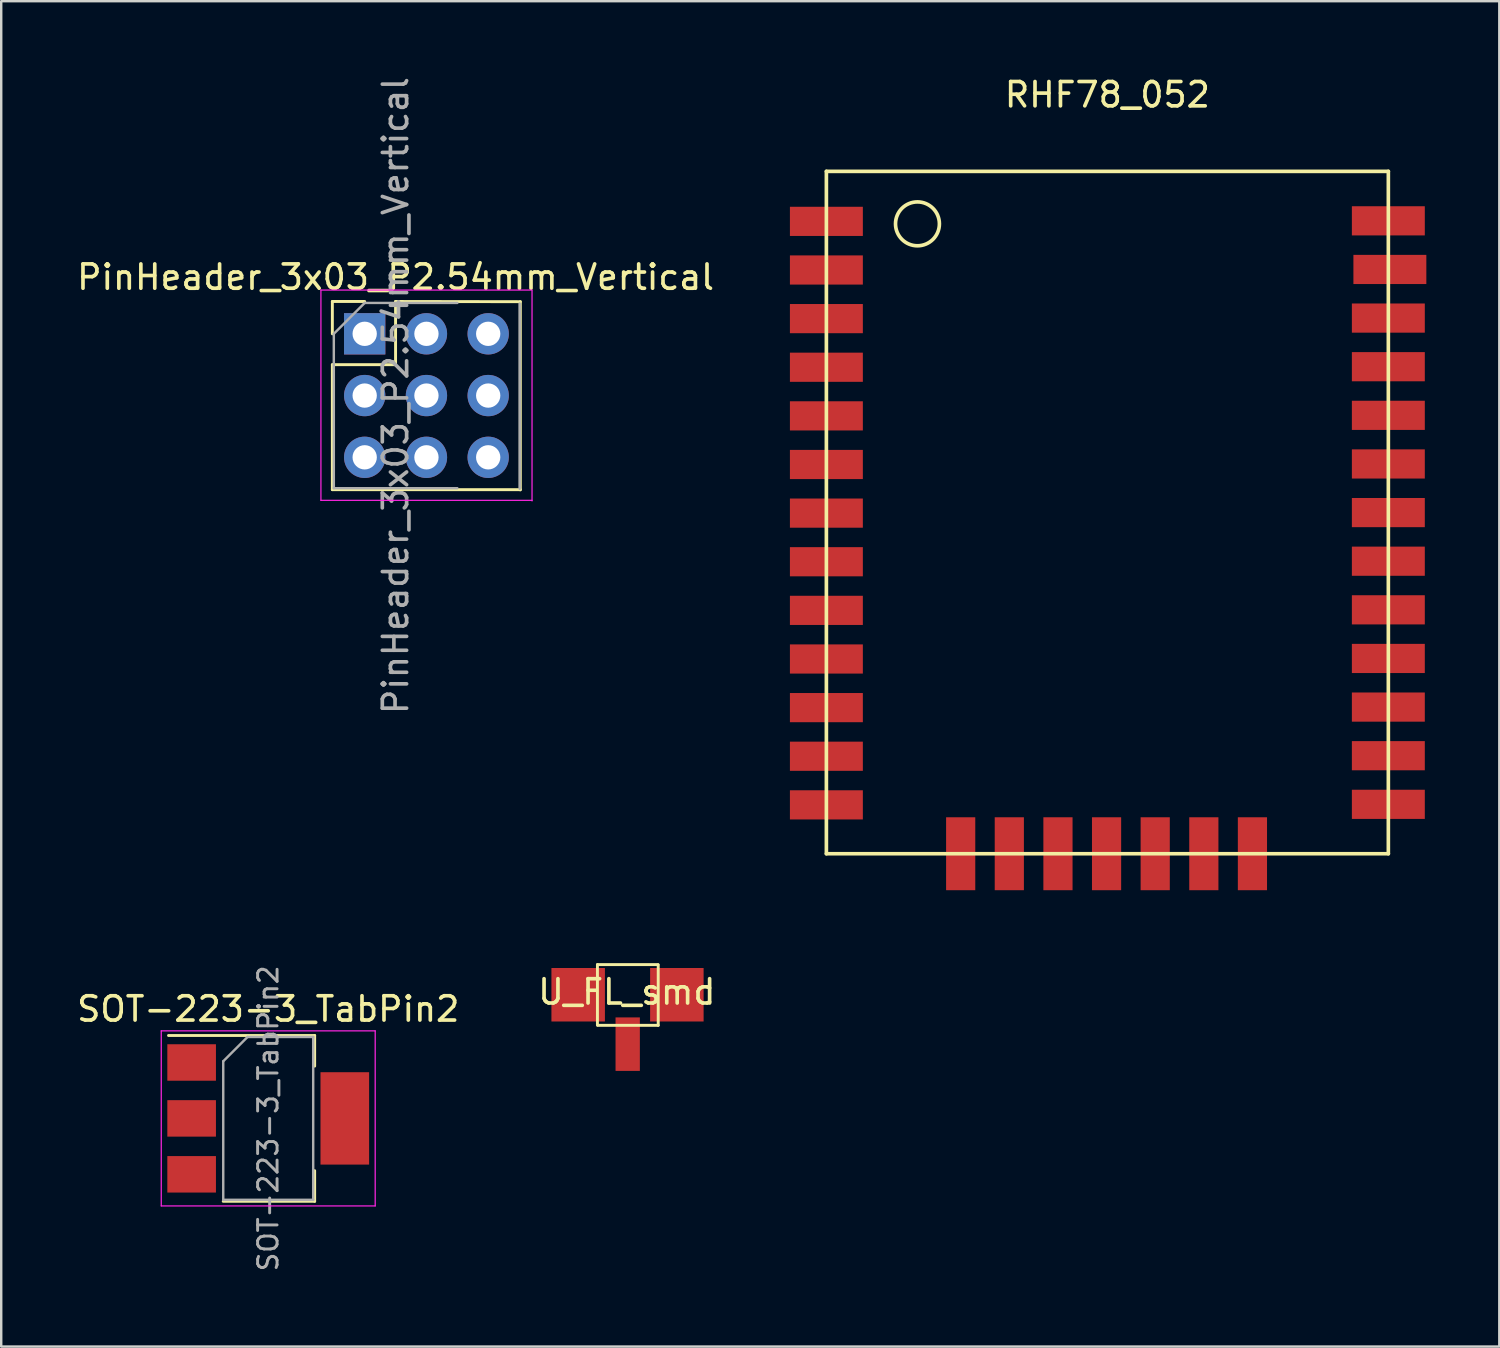
<source format=kicad_pcb>
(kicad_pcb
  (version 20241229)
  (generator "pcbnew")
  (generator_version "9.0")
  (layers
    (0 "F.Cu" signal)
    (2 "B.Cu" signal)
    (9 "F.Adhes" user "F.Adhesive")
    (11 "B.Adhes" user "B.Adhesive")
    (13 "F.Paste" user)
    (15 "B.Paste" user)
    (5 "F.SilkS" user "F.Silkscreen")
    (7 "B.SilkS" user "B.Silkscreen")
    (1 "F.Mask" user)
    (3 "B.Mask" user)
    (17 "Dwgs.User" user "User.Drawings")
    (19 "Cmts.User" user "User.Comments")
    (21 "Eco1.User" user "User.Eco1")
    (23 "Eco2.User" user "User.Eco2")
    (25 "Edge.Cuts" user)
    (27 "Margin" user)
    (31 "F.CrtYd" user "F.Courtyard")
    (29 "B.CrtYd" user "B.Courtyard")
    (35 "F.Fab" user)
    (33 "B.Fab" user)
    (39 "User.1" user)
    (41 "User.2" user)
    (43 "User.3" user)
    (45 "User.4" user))
  (footprint "SOT-223-3_TabPin2"
    (layer "F.Cu")
    (at 7.982 42.951)
    (property "Reference" "SOT-223-3_TabPin2" (at 0 -4.5 0) (layer "F.SilkS") (effects (font (size 1 1) (thickness 0.15))))
    (attr smd)
    (fp_line (start -4.1 -3.41) (end 1.91 -3.41) (stroke (width 0.12) (type solid)) (layer "F.SilkS"))
    (fp_line (start -1.85 3.41) (end 1.91 3.41) (stroke (width 0.12) (type solid)) (layer "F.SilkS"))
    (fp_line (start 1.91 -3.41) (end 1.91 -2.15) (stroke (width 0.12) (type solid)) (layer "F.SilkS"))
    (fp_line (start 1.91 3.41) (end 1.91 2.15) (stroke (width 0.12) (type solid)) (layer "F.SilkS"))
    (fp_line (start -4.4 -3.6) (end -4.4 3.6) (stroke (width 0.05) (type solid)) (layer "F.CrtYd"))
    (fp_line (start -4.4 3.6) (end 4.4 3.6) (stroke (width 0.05) (type solid)) (layer "F.CrtYd"))
    (fp_line (start 4.4 -3.6) (end -4.4 -3.6) (stroke (width 0.05) (type solid)) (layer "F.CrtYd"))
    (fp_line (start 4.4 3.6) (end 4.4 -3.6) (stroke (width 0.05) (type solid)) (layer "F.CrtYd"))
    (fp_line (start -1.85 -2.35) (end -1.85 3.35) (stroke (width 0.1) (type solid)) (layer "F.Fab"))
    (fp_line (start -1.85 -2.35) (end -0.85 -3.35) (stroke (width 0.1) (type solid)) (layer "F.Fab"))
    (fp_line (start -1.85 3.35) (end 1.85 3.35) (stroke (width 0.1) (type solid)) (layer "F.Fab"))
    (fp_line (start -0.85 -3.35) (end 1.85 -3.35) (stroke (width 0.1) (type solid)) (layer "F.Fab"))
    (fp_line (start 1.85 -3.35) (end 1.85 3.35) (stroke (width 0.1) (type solid)) (layer "F.Fab"))
    (fp_text user "${REFERENCE}" (at 0 0 90) (layer "F.Fab") (effects (font (size 0.8 0.8) (thickness 0.12))))
    (pad "1" smd rect (at -3.15 -2.3) (size 2 1.5) (layers "F.Cu" "F.Mask" "F.Paste"))
    (pad "2" smd rect (at -3.15 0) (size 2 1.5) (layers "F.Cu" "F.Mask" "F.Paste"))
    (pad "2" smd rect (at 3.15 0) (size 2 3.8) (layers "F.Cu" "F.Mask" "F.Paste"))
    (pad "3" smd rect (at -3.15 2.3) (size 2 1.5) (layers "F.Cu" "F.Mask" "F.Paste")))
  (footprint "PinHeader_3x03_P2.54mm_Vertical"
    (layer "F.Cu")
    (at 11.95 10.68)
    (property "Reference" "PinHeader_3x03_P2.54mm_Vertical" (at 1.27 -2.33 0) (layer "F.SilkS") (effects (font (size 1 1) (thickness 0.15))))
    (attr through_hole)
    (fp_line (start -1.33 -1.33) (end 0 -1.33) (stroke (width 0.12) (type solid)) (layer "F.SilkS"))
    (fp_line (start -1.33 0) (end -1.33 -1.33) (stroke (width 0.12) (type solid)) (layer "F.SilkS"))
    (fp_line (start -1.33 1.27) (end -1.33 6.41) (stroke (width 0.12) (type solid)) (layer "F.SilkS"))
    (fp_line (start -1.33 1.27) (end 1.27 1.27) (stroke (width 0.12) (type solid)) (layer "F.SilkS"))
    (fp_line (start -1.33 6.41) (end 6.401 6.41) (stroke (width 0.12) (type solid)) (layer "F.SilkS"))
    (fp_line (start 1.27 -1.33) (end 6.401 -1.321) (stroke (width 0.12) (type solid)) (layer "F.SilkS"))
    (fp_line (start 1.27 1.27) (end 1.27 -1.33) (stroke (width 0.12) (type solid)) (layer "F.SilkS"))
    (fp_line (start 6.401 -1.321) (end 6.401 6.419) (stroke (width 0.12) (type solid)) (layer "F.SilkS"))
    (fp_line (start -1.8 -1.8) (end -1.8 6.85) (stroke (width 0.05) (type solid)) (layer "F.CrtYd"))
    (fp_line (start -1.8 6.85) (end 6.883 6.85) (stroke (width 0.05) (type solid)) (layer "F.CrtYd"))
    (fp_line (start 6.883 -1.8) (end -1.8 -1.8) (stroke (width 0.05) (type solid)) (layer "F.CrtYd"))
    (fp_line (start 6.883 6.872) (end 6.883 -1.778) (stroke (width 0.05) (type solid)) (layer "F.CrtYd"))
    (fp_line (start -1.27 0) (end 0 -1.27) (stroke (width 0.1) (type solid)) (layer "F.Fab"))
    (fp_line (start -1.27 6.35) (end -1.27 0) (stroke (width 0.1) (type solid)) (layer "F.Fab"))
    (fp_line (start 0 -1.27) (end 3.81 -1.27) (stroke (width 0.1) (type solid)) (layer "F.Fab"))
    (fp_line (start 3.81 6.35) (end -1.27 6.35) (stroke (width 0.1) (type solid)) (layer "F.Fab"))
    (fp_line (start 6.375 -1.245) (end 6.375 6.375) (stroke (width 0.1) (type solid)) (layer "F.Fab"))
    (fp_text user "${REFERENCE}" (at 1.27 2.54 90) (layer "F.Fab") (effects (font (size 1 1) (thickness 0.15))))
    (pad "1" thru_hole rect (at 0 0) (size 1.7 1.7) (drill 1) (layers "*.Cu" "*.Mask"))
    (pad "2" thru_hole oval (at 0 2.54) (size 1.7 1.7) (drill 1) (layers "*.Cu" "*.Mask"))
    (pad "3" thru_hole oval (at 0 5.08) (size 1.7 1.7) (drill 1) (layers "*.Cu" "*.Mask"))
    (pad "4" thru_hole oval (at 2.54 0) (size 1.7 1.7) (drill 1) (layers "*.Cu" "*.Mask"))
    (pad "5" thru_hole oval (at 2.54 2.54) (size 1.7 1.7) (drill 1) (layers "*.Cu" "*.Mask"))
    (pad "6" thru_hole oval (at 2.54 5.08) (size 1.7 1.7) (drill 1) (layers "*.Cu" "*.Mask"))
    (pad "7" thru_hole oval (at 5.08 0) (size 1.7 1.7) (drill 1) (layers "*.Cu" "*.Mask"))
    (pad "8" thru_hole oval (at 5.08 2.54) (size 1.7 1.7) (drill 1) (layers "*.Cu" "*.Mask"))
    (pad "9" thru_hole oval (at 5.08 5.08) (size 1.7 1.7) (drill 1) (layers "*.Cu" "*.Mask")))
  (footprint "U_FL_smd"
    (layer "F.Cu")
    (at 22.768 37.895)
    (property "Reference" "U_FL_smd" (at -0.036 -0.145 0) (layer "F.SilkS") (effects (font (size 1 1) (thickness 0.15))))
    (attr through_hole)
    (fp_line (start -1.245 -1.27) (end 1.245 -1.27) (stroke (width 0.12) (type solid)) (layer "F.SilkS"))
    (fp_line (start -1.245 1.219) (end -1.245 -1.27) (stroke (width 0.12) (type solid)) (layer "F.SilkS"))
    (fp_line (start 1.255 1.229) (end -1.234 1.229) (stroke (width 0.12) (type solid)) (layer "F.SilkS"))
    (fp_line (start 1.255 1.229) (end 1.255 -1.26) (stroke (width 0.12) (type solid)) (layer "F.SilkS"))
    (pad "1" smd rect (at 0 2.002) (size 1 2.2) (layers "F.Cu" "F.Mask" "F.Paste"))
    (pad "2" smd rect (at -2.037 -0.03) (size 2.2 2.2) (layers "F.Cu" "F.Mask" "F.Paste"))
    (pad "3" smd rect (at 2.022 -0.03) (size 2.2 2.2) (layers "F.Cu" "F.Mask" "F.Paste")))
  (footprint "RHF78_052"
    (layer "F.Cu")
    (at 42.624 17.841)
    (property "Reference" "RHF78_052" (at -0.127 -16.993 0) (layer "F.SilkS") (effects (font (size 1 1) (thickness 0.15))))
    (attr through_hole)
    (fp_line (start -11.684 -13.843) (end -11.684 14.224) (stroke (width 0.15) (type solid)) (layer "F.SilkS"))
    (fp_line (start -11.684 -13.843) (end 11.43 -13.843) (stroke (width 0.15) (type solid)) (layer "F.SilkS"))
    (fp_line (start -11.684 14.224) (end 11.43 14.224) (stroke (width 0.15) (type solid)) (layer "F.SilkS"))
    (fp_line (start 11.43 -13.843) (end 11.43 14.224) (stroke (width 0.15) (type solid)) (layer "F.SilkS"))
    (fp_circle (center -7.938 -11.684) (end -7.239 -11.113) (stroke (width 0.15) (type solid)) (fill no) (layer "F.SilkS"))
    (pad "1" smd custom (at -11.684 -11.786) (size 3 1.2) (layers "F.Cu" "F.Mask" "F.Paste") (options (anchor rect)) (primitives))
    (pad "2" smd custom (at -11.684 -9.786) (size 3 1.2) (layers "F.Cu" "F.Mask" "F.Paste") (options (anchor rect)) (primitives))
    (pad "3" smd custom (at -11.684 -7.786) (size 3 1.2) (layers "F.Cu" "F.Mask" "F.Paste") (options (anchor rect)) (primitives))
    (pad "4" smd custom (at -11.684 -5.786) (size 3 1.2) (layers "F.Cu" "F.Mask" "F.Paste") (options (anchor rect)) (primitives))
    (pad "5" smd custom (at -11.684 -3.786) (size 3 1.2) (layers "F.Cu" "F.Mask" "F.Paste") (options (anchor rect)) (primitives))
    (pad "6" smd custom (at -11.684 -1.786) (size 3 1.2) (layers "F.Cu" "F.Mask" "F.Paste") (options (anchor rect)) (primitives))
    (pad "7" smd custom (at -11.684 0.214) (size 3 1.2) (layers "F.Cu" "F.Mask" "F.Paste") (options (anchor rect)) (primitives))
    (pad "8" smd custom (at -11.684 2.214) (size 3 1.2) (layers "F.Cu" "F.Mask" "F.Paste") (options (anchor rect)) (primitives))
    (pad "9" smd custom (at -11.684 4.214) (size 3 1.2) (layers "F.Cu" "F.Mask" "F.Paste") (options (anchor rect)) (primitives))
    (pad "10" smd custom (at -11.684 6.214) (size 3 1.2) (layers "F.Cu" "F.Mask" "F.Paste") (options (anchor rect)) (primitives))
    (pad "11" smd custom (at -11.684 8.214) (size 3 1.2) (layers "F.Cu" "F.Mask" "F.Paste") (options (anchor rect)) (primitives))
    (pad "12" smd custom (at -11.684 10.214) (size 3 1.2) (layers "F.Cu" "F.Mask" "F.Paste") (options (anchor rect)) (primitives))
    (pad "13" smd custom (at -11.684 12.214) (size 3 1.2) (layers "F.Cu" "F.Mask" "F.Paste") (options (anchor rect)) (primitives))
    (pad "14" smd custom (at -6.16 14.224) (size 1.2 3) (layers "F.Cu" "F.Mask" "F.Paste") (options (anchor rect)) (primitives))
    (pad "15" smd custom (at -4.16 14.224) (size 1.2 3) (layers "F.Cu" "F.Mask" "F.Paste") (options (anchor rect)) (primitives))
    (pad "16" smd custom (at -2.159 14.224) (size 1.2 3) (layers "F.Cu" "F.Mask" "F.Paste") (options (anchor rect)) (primitives))
    (pad "17" smd custom (at -0.16 14.224) (size 1.2 3) (layers "F.Cu" "F.Mask" "F.Paste") (options (anchor rect)) (primitives))
    (pad "18" smd custom (at 1.841 14.224) (size 1.2 3) (layers "F.Cu" "F.Mask" "F.Paste") (options (anchor rect)) (primitives))
    (pad "19" smd custom (at 3.841 14.224) (size 1.2 3) (layers "F.Cu" "F.Mask" "F.Paste") (options (anchor rect)) (primitives))
    (pad "20" smd custom (at 5.84 14.224) (size 1.2 3) (layers "F.Cu" "F.Mask" "F.Paste") (options (anchor rect)) (primitives))
    (pad "21" smd custom (at 11.43 12.192) (size 3 1.2) (layers "F.Cu" "F.Mask" "F.Paste") (options (anchor rect)) (primitives))
    (pad "22" smd custom (at 11.43 10.192) (size 3 1.2) (layers "F.Cu" "F.Mask" "F.Paste") (options (anchor rect)) (primitives))
    (pad "23" smd custom (at 11.43 8.192) (size 3 1.2) (layers "F.Cu" "F.Mask" "F.Paste") (options (anchor rect)) (primitives))
    (pad "24" smd custom (at 11.43 6.192) (size 3 1.2) (layers "F.Cu" "F.Mask" "F.Paste") (options (anchor rect)) (primitives))
    (pad "25" smd custom (at 11.43 4.192) (size 3 1.2) (layers "F.Cu" "F.Mask" "F.Paste") (options (anchor rect)) (primitives))
    (pad "26" smd custom (at 11.43 2.192) (size 3 1.2) (layers "F.Cu" "F.Mask" "F.Paste") (options (anchor rect)) (primitives))
    (pad "27" smd custom (at 11.43 0.192) (size 3 1.2) (layers "F.Cu" "F.Mask" "F.Paste") (options (anchor rect)) (primitives))
    (pad "28" smd custom (at 11.43 -1.808) (size 3 1.2) (layers "F.Cu" "F.Mask" "F.Paste") (options (anchor rect)) (primitives))
    (pad "29" smd custom (at 11.43 -3.808) (size 3 1.2) (layers "F.Cu" "F.Mask" "F.Paste") (options (anchor rect)) (primitives))
    (pad "30" smd custom (at 11.43 -5.808) (size 3 1.2) (layers "F.Cu" "F.Mask" "F.Paste") (options (anchor rect)) (primitives))
    (pad "31" smd custom (at 11.43 -7.808) (size 3 1.2) (layers "F.Cu" "F.Mask" "F.Paste") (options (anchor rect)) (primitives))
    (pad "32" smd custom (at 11.493 -9.808) (size 3 1.2) (layers "F.Cu" "F.Mask" "F.Paste") (options (anchor rect)) (primitives))
    (pad "33" smd custom (at 11.43 -11.808) (size 3 1.2) (layers "F.Cu" "F.Mask" "F.Paste") (options (anchor rect)) (primitives)))
  (gr_rect
    (start -3 -3)
    (end 58.618 52.336)
    (stroke (width 0.1) (type default))
    (fill no)
    (layer "Edge.Cuts")))
</source>
